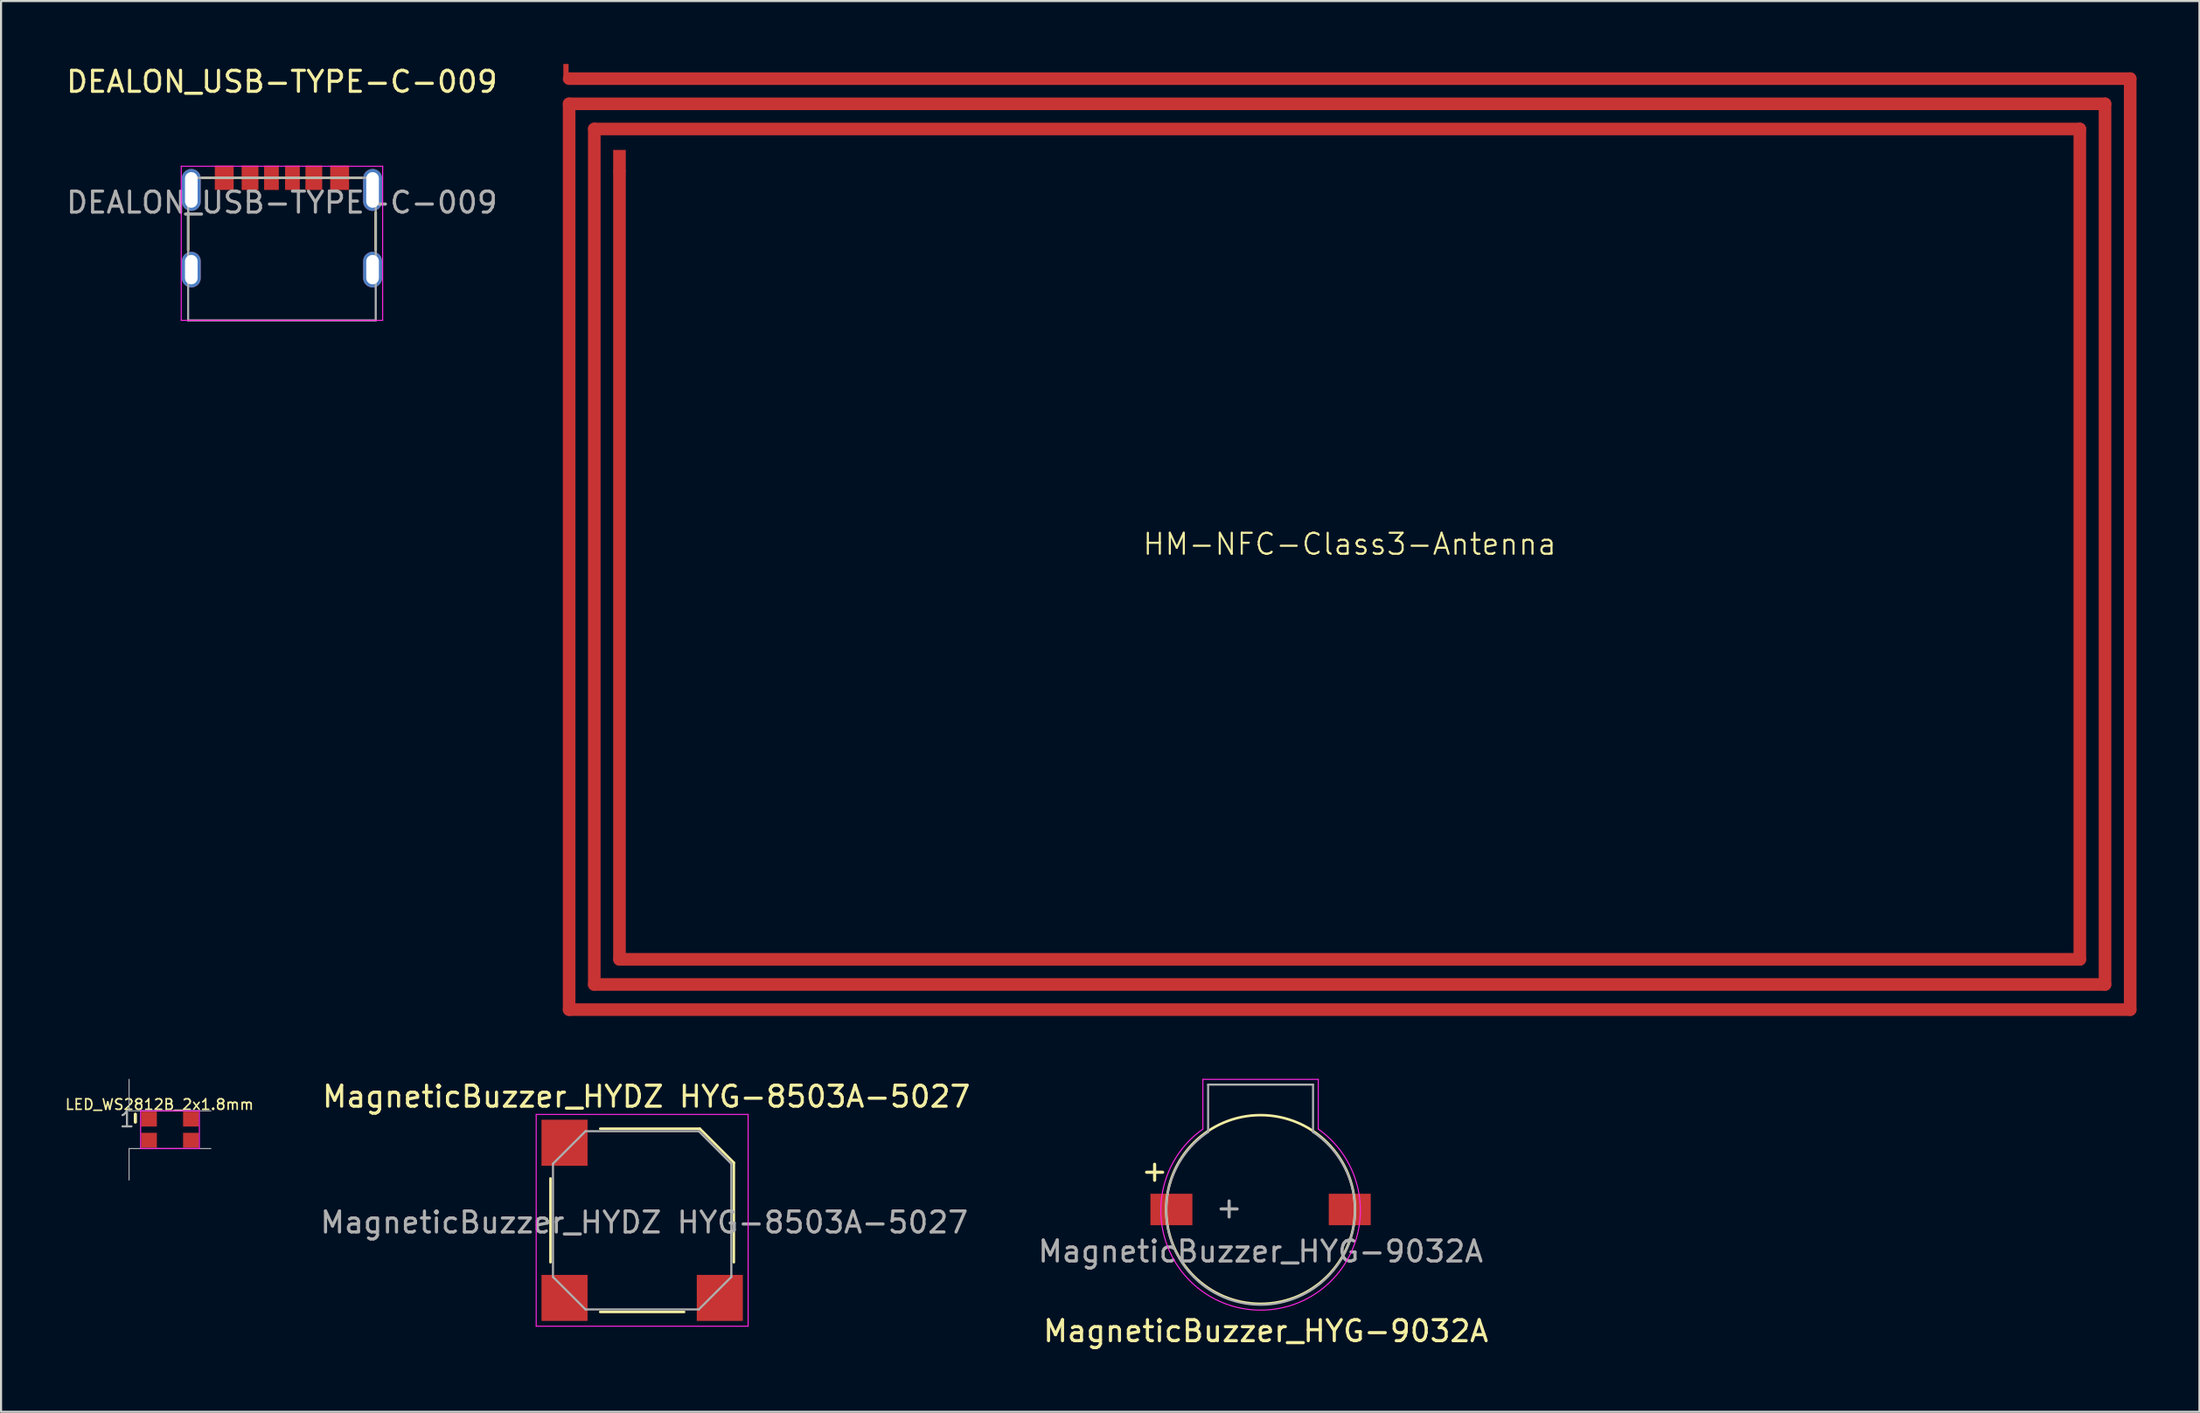
<source format=kicad_pcb>
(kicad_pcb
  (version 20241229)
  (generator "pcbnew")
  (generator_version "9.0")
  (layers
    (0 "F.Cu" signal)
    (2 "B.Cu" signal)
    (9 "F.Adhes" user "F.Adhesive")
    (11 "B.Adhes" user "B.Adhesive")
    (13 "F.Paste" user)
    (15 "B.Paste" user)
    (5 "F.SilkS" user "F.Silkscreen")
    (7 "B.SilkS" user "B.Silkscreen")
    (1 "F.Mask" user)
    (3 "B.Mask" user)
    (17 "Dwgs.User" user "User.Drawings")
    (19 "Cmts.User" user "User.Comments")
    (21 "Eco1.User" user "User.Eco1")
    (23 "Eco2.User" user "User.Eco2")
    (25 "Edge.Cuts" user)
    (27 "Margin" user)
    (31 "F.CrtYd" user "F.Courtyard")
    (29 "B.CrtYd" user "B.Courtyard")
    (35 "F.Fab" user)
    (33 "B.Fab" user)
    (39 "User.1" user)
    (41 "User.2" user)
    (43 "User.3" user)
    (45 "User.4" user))
  (footprint "DEALON_USB-TYPE-C-009"
    (layer "F.Cu")
    (at 10.387 5.428)
    (property "Reference" "DEALON_USB-TYPE-C-009" (at 0 -4.58 0) (layer "F.SilkS") (effects (font (size 1 1) (thickness 0.15))))
    (attr smd)
    (fp_line (start -4.47 1.65) (end -4.47 3.45) (stroke (width 0.12) (type solid)) (layer "F.SilkS"))
    (fp_line (start 3.8 0) (end -3.8 0) (stroke (width 0.12) (type solid)) (layer "F.SilkS"))
    (fp_line (start 4.47 1.65) (end 4.47 3.45) (stroke (width 0.12) (type solid)) (layer "F.SilkS"))
    (fp_line (start -4.8 -0.55) (end -4.8 6.8) (stroke (width 0.05) (type solid)) (layer "F.CrtYd"))
    (fp_line (start -4.8 6.8) (end 4.8 6.8) (stroke (width 0.05) (type solid)) (layer "F.CrtYd"))
    (fp_line (start 4.8 -0.55) (end -4.8 -0.55) (stroke (width 0.05) (type solid)) (layer "F.CrtYd"))
    (fp_line (start 4.8 6.8) (end 4.8 -0.55) (stroke (width 0.05) (type solid)) (layer "F.CrtYd"))
    (fp_line (start -4.47 0) (end -4.47 6.8) (stroke (width 0.1) (type solid)) (layer "F.Fab"))
    (fp_line (start -4.47 0) (end 4.47 0) (stroke (width 0.1) (type solid)) (layer "F.Fab"))
    (fp_line (start 4.47 0) (end 4.47 6.8) (stroke (width 0.1) (type solid)) (layer "F.Fab"))
    (fp_line (start 4.47 6.8) (end -4.47 6.8) (stroke (width 0.1) (type solid)) (layer "F.Fab"))
    (fp_text user "${REFERENCE}" (at 0 1.18 0) (layer "F.Fab") (effects (font (size 1 1) (thickness 0.15))))
    (pad "A5" smd rect (at -0.5 0 180) (size 0.7 1.16) (layers "F.Cu" "F.Mask" "F.Paste"))
    (pad "A9" smd rect (at 1.52 0 180) (size 0.8 1.16) (layers "F.Cu" "F.Mask" "F.Paste"))
    (pad "A12" smd rect (at 2.75 0 180) (size 0.9 1.16) (layers "F.Cu" "F.Mask" "F.Paste"))
    (pad "B5" smd rect (at 0.5 0 180) (size 0.7 1.16) (layers "F.Cu" "F.Mask" "F.Paste"))
    (pad "B9" smd rect (at -1.52 0 180) (size 0.8 1.16) (layers "F.Cu" "F.Mask" "F.Paste"))
    (pad "B12" smd rect (at -2.75 0 180) (size 0.9 1.16) (layers "F.Cu" "F.Mask" "F.Paste"))
    (pad "S1" thru_hole oval (at -4.32 0.58 90) (size 2 0.9) (drill oval 1.7 0.6) (layers "*.Cu" "*.Mask"))
    (pad "S1" thru_hole oval (at -4.32 4.38 90) (size 1.7 0.9) (drill oval 1.4 0.6) (layers "*.Cu" "*.Mask"))
    (pad "S1" thru_hole oval (at 4.32 0.58 90) (size 2 0.9) (drill oval 1.7 0.6) (layers "*.Cu" "*.Mask"))
    (pad "S1" thru_hole oval (at 4.32 4.38 90) (size 1.7 0.9) (drill oval 1.4 0.6) (layers "*.Cu" "*.Mask")))
  (footprint "LED_WS2812B_2x1.8mm"
    (layer "F.Cu")
    (at 5.051 50.825)
    (property "Reference" "LED_WS2812B_2x1.8mm" (at -0.5 -1.2 0) (layer "F.SilkS") (effects (font (size 0.5 0.5) (thickness 0.075))))
    (attr smd)
    (fp_line (start -1.65 -0.362) (end -1.65 -0.738) (stroke (width 0.15) (type solid)) (layer "F.SilkS"))
    (fp_line (start -1.4 -0.9) (end -1.4 0.9) (stroke (width 0.05) (type solid)) (layer "F.CrtYd"))
    (fp_line (start -1.4 0.9) (end 1.4 0.9) (stroke (width 0.05) (type solid)) (layer "F.CrtYd"))
    (fp_line (start 1.4 -0.9) (end -1.4 -0.9) (stroke (width 0.05) (type solid)) (layer "F.CrtYd"))
    (fp_line (start 1.4 0.9) (end 1.4 -0.9) (stroke (width 0.05) (type solid)) (layer "F.CrtYd"))
    (fp_line (start -1.95 -0.9) (end -1.95 -2.4) (stroke (width 0.05) (type solid)) (layer "F.Fab"))
    (fp_line (start -1.95 -0.9) (end 1.95 -0.9) (stroke (width 0.05) (type solid)) (layer "F.Fab"))
    (fp_line (start -1.95 0.9) (end 1.95 0.9) (stroke (width 0.05) (type solid)) (layer "F.Fab"))
    (fp_line (start -1.95 2.4) (end -1.95 0.9) (stroke (width 0.05) (type solid)) (layer "F.Fab"))
    (fp_text user "1" (at -2.05 -0.5 0) (unlocked yes) (layer "F.Fab") (effects (font (size 0.75 0.75) (thickness 0.1))))
    (pad "1" smd rect (at -1 -0.505 180) (size 0.75 0.71) (layers "F.Cu" "F.Mask" "F.Paste"))
    (pad "2" smd rect (at -1 0.505 180) (size 0.75 0.71) (layers "F.Cu" "F.Mask" "F.Paste"))
    (pad "3" smd rect (at 1 0.505 180) (size 0.75 0.71) (layers "F.Cu" "F.Mask" "F.Paste"))
    (pad "4" smd rect (at 1 -0.505 180) (size 0.75 0.71) (layers "F.Cu" "F.Mask" "F.Paste")))
  (footprint "HM-NFC-Class3-Antenna"
    (layer "F.Cu")
    (at 61.274 22.9)
    (property "Reference" "HM-NFC-Class3-Antenna" (at 0 0 0) (layer "F.SilkS") (effects (font (size 1 1) (thickness 0.1))))
    (attr through_hole)
    (fp_line (start -37.2 -22.2) (end 37.2 -22.2) (stroke (width 0.6) (type solid)) (layer "F.Cu"))
    (fp_line (start -37.2 -21) (end 36 -21) (stroke (width 0.6) (type solid)) (layer "F.Cu"))
    (fp_line (start -37.2 22.2) (end -37.2 -21) (stroke (width 0.6) (type solid)) (layer "F.Cu"))
    (fp_line (start -37.2 22.2) (end 37.2 22.2) (stroke (width 0.6) (type solid)) (layer "F.Cu"))
    (fp_line (start -36 -19.8) (end 34.8 -19.8) (stroke (width 0.6) (type solid)) (layer "F.Cu"))
    (fp_line (start -36 21) (end -36 -19.8) (stroke (width 0.6) (type solid)) (layer "F.Cu"))
    (fp_line (start -36 21) (end 36 21) (stroke (width 0.6) (type solid)) (layer "F.Cu"))
    (fp_line (start -34.8 19.8) (end -34.8 -17.75) (stroke (width 0.6) (type solid)) (layer "F.Cu"))
    (fp_line (start -34.8 19.8) (end 34.8 19.8) (stroke (width 0.6) (type solid)) (layer "F.Cu"))
    (fp_line (start 34.8 19.8) (end 34.8 -19.8) (stroke (width 0.6) (type solid)) (layer "F.Cu"))
    (fp_line (start 36 21) (end 36 -21) (stroke (width 0.6) (type solid)) (layer "F.Cu"))
    (fp_line (start 37.2 22.2) (end 37.2 -22.2) (stroke (width 0.6) (type solid)) (layer "F.Cu"))
    (fp_text user "1.5uH 13.56 Mhz NFC Antenna" (at -0.05 18.8 180) (layer "Eco2.User") (effects (font (size 1 1) (thickness 0.1)) (justify bottom)))
    (pad "1" smd rect (at -34.8 -18.275 90) (size 1.05 0.6) (layers "F.Cu"))
    (pad "2" smd rect (at -37.35 -22.6 90) (size 0.6 0.25) (layers "F.Cu")))
  (footprint "MagneticBuzzer_HYG-9032A"
    (layer "F.Cu")
    (at 57.029 54.631)
    (property "Reference" "MagneticBuzzer_HYG-9032A" (at 0.25 5.8 0) (layer "F.SilkS") (effects (font (size 1 1) (thickness 0.15))))
    (attr through_hole)
    (fp_circle (center 0 0) (end 4.5 0) (stroke (width 0.12) (type solid)) (fill no) (layer "F.SilkS"))
    (fp_line (start -2.75 -6.206) (end 2.75 -6.206) (stroke (width 0.05) (type solid)) (layer "F.CrtYd"))
    (fp_line (start -2.75 -3.836) (end -2.75 -6.206) (stroke (width 0.05) (type solid)) (layer "F.CrtYd"))
    (fp_line (start 2.75 -6.206) (end 2.75 -3.836) (stroke (width 0.05) (type solid)) (layer "F.CrtYd"))
    (fp_arc (start 2.75 -3.8358) (mid 0.006009 4.799919) (end -2.759797 -3.828838) (stroke (width 0.05) (type solid)) (layer "F.CrtYd"))
    (fp_line (start -2.5 -5.956) (end -2.5 -3.696) (stroke (width 0.1) (type solid)) (layer "F.Fab"))
    (fp_line (start -2.5 -5.956) (end 2.5 -5.956) (stroke (width 0.1) (type solid)) (layer "F.Fab"))
    (fp_line (start 2.5 -5.956) (end 2.5 -3.696) (stroke (width 0.1) (type solid)) (layer "F.Fab"))
    (fp_arc (start 2.5 -3.6958) (mid 0.003084 4.542821) (end -2.505126 -3.692368) (stroke (width 0.1) (type solid)) (layer "F.Fab"))
    (fp_text user "+" (at -5.05 -1.85 0) (layer "F.SilkS") (effects (font (size 1 1) (thickness 0.15))))
    (fp_text user "${REFERENCE}" (at 0 2 0) (layer "F.Fab") (effects (font (size 1 1) (thickness 0.15))))
    (fp_text user "+" (at -1.5 -0.1 0) (layer "F.Fab") (effects (font (size 1 1) (thickness 0.15))))
    (pad "1" smd rect (at -4.25 0) (size 2 1.5) (layers "F.Cu" "F.Mask" "F.Paste"))
    (pad "2" smd rect (at 4.25 0) (size 2 1.5) (layers "F.Cu" "F.Mask" "F.Paste")))
  (footprint "MagneticBuzzer_HYDZ HYG-8503A-5027"
    (layer "F.Cu")
    (at 27.555 55.148)
    (property "Reference" "MagneticBuzzer_HYDZ HYG-8503A-5027" (at 0.2 -5.9 0) (layer "F.SilkS") (effects (font (size 1 1) (thickness 0.15))))
    (attr smd)
    (fp_line (start -4.37 -2) (end -4.37 2) (stroke (width 0.12) (type solid)) (layer "F.SilkS"))
    (fp_line (start -2 4.37) (end 2 4.37) (stroke (width 0.12) (type solid)) (layer "F.SilkS"))
    (fp_line (start 2.75 -4.37) (end -2 -4.37) (stroke (width 0.12) (type solid)) (layer "F.SilkS"))
    (fp_line (start 2.75 -4.37) (end 4.37 -2.75) (stroke (width 0.12) (type solid)) (layer "F.SilkS"))
    (fp_line (start 4.37 2) (end 4.37 -2.75) (stroke (width 0.12) (type solid)) (layer "F.SilkS"))
    (fp_line (start -5.05 -5.05) (end 5.05 -5.05) (stroke (width 0.05) (type solid)) (layer "F.CrtYd"))
    (fp_line (start -5.05 5.05) (end -5.05 -5.05) (stroke (width 0.05) (type solid)) (layer "F.CrtYd"))
    (fp_line (start 5.05 -5.05) (end 5.05 5.05) (stroke (width 0.05) (type solid)) (layer "F.CrtYd"))
    (fp_line (start 5.05 5.05) (end -5.05 5.05) (stroke (width 0.05) (type solid)) (layer "F.CrtYd"))
    (fp_line (start -4.25 -2.7) (end -2.7 -4.25) (stroke (width 0.1) (type solid)) (layer "F.Fab"))
    (fp_line (start -4.25 2.7) (end -4.25 -2.7) (stroke (width 0.1) (type solid)) (layer "F.Fab"))
    (fp_line (start -2.7 -4.25) (end 2.7 -4.25) (stroke (width 0.1) (type solid)) (layer "F.Fab"))
    (fp_line (start -2.7 4.25) (end -4.25 2.7) (stroke (width 0.1) (type solid)) (layer "F.Fab"))
    (fp_line (start 2.7 -4.25) (end 4.25 -2.7) (stroke (width 0.1) (type solid)) (layer "F.Fab"))
    (fp_line (start 2.7 4.25) (end -2.7 4.25) (stroke (width 0.1) (type solid)) (layer "F.Fab"))
    (fp_line (start 4.25 -2.7) (end 4.25 2.7) (stroke (width 0.1) (type solid)) (layer "F.Fab"))
    (fp_line (start 4.25 2.7) (end 2.7 4.25) (stroke (width 0.1) (type solid)) (layer "F.Fab"))
    (fp_text user "${REFERENCE}" (at 0.1 0.1 0) (layer "F.Fab") (effects (font (size 1 1) (thickness 0.15))))
    (pad "" smd rect (at -3.7 -3.7 270) (size 2.195 2.195) (layers "F.Cu" "F.Mask" "F.Paste"))
    (pad "1" smd rect (at 3.7 3.7 270) (size 2.195 2.195) (layers "F.Cu" "F.Mask" "F.Paste"))
    (pad "2" smd rect (at -3.7 3.7 270) (size 2.195 2.195) (layers "F.Cu" "F.Mask" "F.Paste")))
  (gr_rect
    (start -3 -3)
    (end 101.774 64.279)
    (stroke (width 0.1) (type default))
    (fill no)
    (layer "Edge.Cuts")))
</source>
